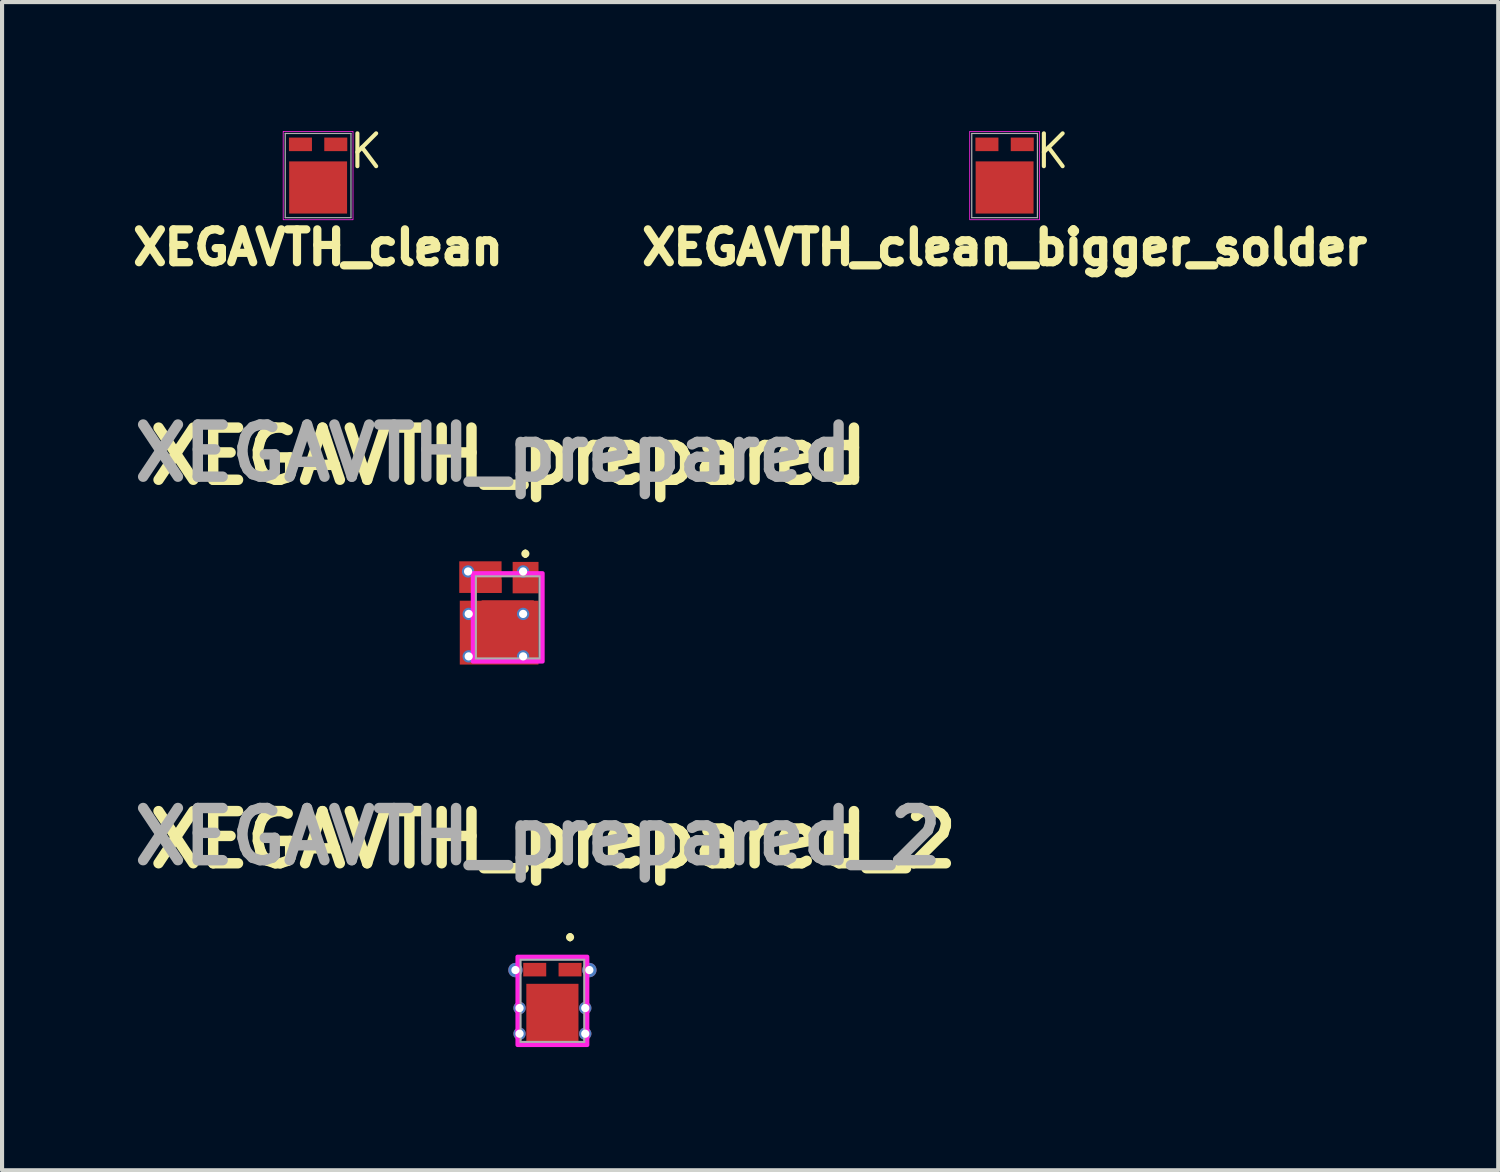
<source format=kicad_pcb>
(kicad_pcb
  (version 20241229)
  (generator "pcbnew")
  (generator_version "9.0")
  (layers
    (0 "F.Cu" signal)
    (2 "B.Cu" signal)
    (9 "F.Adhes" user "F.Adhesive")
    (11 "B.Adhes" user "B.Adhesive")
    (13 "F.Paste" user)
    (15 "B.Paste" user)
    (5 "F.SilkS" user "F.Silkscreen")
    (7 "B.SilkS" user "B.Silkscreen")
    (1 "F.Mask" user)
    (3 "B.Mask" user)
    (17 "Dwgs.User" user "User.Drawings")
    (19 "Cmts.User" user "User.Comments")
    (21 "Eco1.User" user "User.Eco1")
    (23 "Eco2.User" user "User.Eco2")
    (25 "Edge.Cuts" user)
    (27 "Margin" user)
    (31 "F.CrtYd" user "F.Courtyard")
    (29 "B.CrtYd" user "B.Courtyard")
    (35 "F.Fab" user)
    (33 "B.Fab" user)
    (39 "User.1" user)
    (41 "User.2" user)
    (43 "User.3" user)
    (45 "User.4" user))
  (footprint "XEGAVTH_prepared_2"
    (layer "F.Cu")
    (at 10.401 21.321)
    (property "Reference" "XEGAVTH_prepared_2" (at 0.025 -3.925 0) (layer "F.SilkS") (effects (font (size 1.27 1.27) (thickness 0.254))))
    (attr smd)
    (fp_line (start 0.43 -1.6) (end 0.43 -1.6) (stroke (width 0.1) (type solid)) (layer "F.SilkS"))
    (fp_line (start 0.43 -1.5) (end 0.43 -1.5) (stroke (width 0.1) (type solid)) (layer "F.SilkS"))
    (fp_arc (start 0.43 -1.6) (mid 0.48 -1.55) (end 0.43 -1.5) (stroke (width 0.1) (type solid)) (layer "F.SilkS"))
    (fp_arc (start 0.43 -1.5) (mid 0.38 -1.55) (end 0.43 -1.6) (stroke (width 0.1) (type solid)) (layer "F.SilkS"))
    (fp_rect (start -0.85 -1.075) (end 0.85 1.075) (stroke (width 0.1) (type default)) (fill no) (layer "F.CrtYd"))
    (fp_line (start -0.8 -1.025) (end -0.8 1.025) (stroke (width 0.1) (type solid)) (layer "F.Fab"))
    (fp_line (start -0.8 1.025) (end 0.8 1.025) (stroke (width 0.1) (type solid)) (layer "F.Fab"))
    (fp_line (start 0.8 -1.025) (end -0.8 -1.025) (stroke (width 0.1) (type solid)) (layer "F.Fab"))
    (fp_line (start 0.8 1.025) (end 0.8 -1.025) (stroke (width 0.1) (type solid)) (layer "F.Fab"))
    (fp_text user "${REFERENCE}" (at -0.35 -4 0) (layer "F.Fab") (effects (font (size 1.27 1.27) (thickness 0.254))))
    (pad "1" smd rect (at 0.43 -0.76 90) (size 0.33 0.56) (layers "F.Cu" "F.Mask" "F.Paste"))
    (pad "1" thru_hole circle (at 0.9 -0.75) (size 0.35 0.35) (drill 0.2) (layers "*.Cu" "*.Mask"))
    (pad "2" thru_hole circle (at -0.9 -0.75) (size 0.35 0.35) (drill 0.2) (layers "*.Cu" "*.Mask"))
    (pad "2" smd rect (at -0.43 -0.76 90) (size 0.33 0.56) (layers "F.Cu" "F.Mask" "F.Paste"))
    (pad "3" thru_hole circle (at -0.8 0.175) (size 0.3 0.3) (drill 0.2) (layers "*.Cu" "*.Mask"))
    (pad "3" thru_hole circle (at -0.8 0.8) (size 0.3 0.3) (drill 0.2) (layers "*.Cu" "*.Mask"))
    (pad "3" smd rect (at 0 0.29 180) (size 1.27 1.41) (layers "F.Cu" "F.Mask" "F.Paste"))
    (pad "3" thru_hole circle (at 0.8 0.175) (size 0.3 0.3) (drill 0.2) (layers "*.Cu" "*.Mask"))
    (pad "3" thru_hole circle (at 0.8 0.8) (size 0.3 0.3) (drill 0.2) (layers "*.Cu" "*.Mask")))
  (footprint "XEGAVTH_prepared"
    (layer "F.Cu")
    (at 9.313 11.983)
    (property "Reference" "XEGAVTH_prepared" (at 0.025 -3.925 0) (layer "F.SilkS") (effects (font (size 1.27 1.27) (thickness 0.254))))
    (attr smd)
    (fp_line (start 0.43 -1.6) (end 0.43 -1.6) (stroke (width 0.1) (type solid)) (layer "F.SilkS"))
    (fp_line (start 0.43 -1.5) (end 0.43 -1.5) (stroke (width 0.1) (type solid)) (layer "F.SilkS"))
    (fp_arc (start 0.43 -1.6) (mid 0.48 -1.55) (end 0.43 -1.5) (stroke (width 0.1) (type solid)) (layer "F.SilkS"))
    (fp_arc (start 0.43 -1.5) (mid 0.38 -1.55) (end 0.43 -1.6) (stroke (width 0.1) (type solid)) (layer "F.SilkS"))
    (fp_rect (start -0.85 -1.075) (end 0.85 1.075) (stroke (width 0.1) (type default)) (fill no) (layer "F.CrtYd"))
    (fp_line (start -0.8 -1.025) (end -0.8 1.025) (stroke (width 0.1) (type solid)) (layer "F.Fab"))
    (fp_line (start -0.8 1.025) (end 0.8 1.025) (stroke (width 0.1) (type solid)) (layer "F.Fab"))
    (fp_line (start 0.8 -1.025) (end -0.8 -1.025) (stroke (width 0.1) (type solid)) (layer "F.Fab"))
    (fp_line (start 0.8 1.025) (end 0.8 -1.025) (stroke (width 0.1) (type solid)) (layer "F.Fab"))
    (fp_text user "${REFERENCE}" (at -0.35 -4 0) (layer "F.Fab") (effects (font (size 1.27 1.27) (thickness 0.254))))
    (pad "1" thru_hole circle (at 0.375 -1.118) (size 0.3 0.3) (drill 0.2) (layers "*.Cu" "*.Mask"))
    (pad "1" smd rect (at 0.43 -0.76 90) (size 0.33 0.56) (layers "F.Cu" "F.Mask" "F.Paste"))
    (pad "1" smd rect (at 0.435 -0.968 90) (size 0.765 0.63) (layers "F.Cu"))
    (pad "2" thru_hole circle (at -0.965 -1.118) (size 0.3 0.3) (drill 0.2) (layers "*.Cu" "*.Mask"))
    (pad "2" smd rect (at -0.665 -0.98 90) (size 0.77 1.03) (layers "F.Cu"))
    (pad "2" smd rect (at -0.43 -0.76 90) (size 0.33 0.56) (layers "F.Cu" "F.Mask" "F.Paste"))
    (pad "3" thru_hole circle (at -0.95 -0.084) (size 0.3 0.3) (drill 0.2) (layers "*.Cu" "*.Mask"))
    (pad "3" thru_hole circle (at -0.95 0.95) (size 0.3 0.3) (drill 0.2) (layers "*.Cu" "*.Mask"))
    (pad "3" smd rect (at -0.209 0.372 180) (size 1.917 1.555) (layers "F.Cu"))
    (pad "3" smd rect (at 0 0.29 180) (size 1.27 1.41) (layers "F.Cu" "F.Mask" "F.Paste"))
    (pad "3" thru_hole circle (at 0.375 -0.084) (size 0.3 0.3) (drill 0.2) (layers "*.Cu" "*.Mask"))
    (pad "3" thru_hole circle (at 0.375 0.95) (size 0.3 0.3) (drill 0.2) (layers "*.Cu" "*.Mask")))
  (footprint "XEGAVTH_clean"
    (layer "F.Cu")
    (at 4.696 1.225)
    (property "Reference" "XEGAVTH_clean" (at 0 1.75 0) (layer "F.SilkS") (effects (font (size 0.8 0.8) (thickness 0.254))))
    (attr smd)
    (fp_rect (start -0.85 -1.075) (end 0.85 1.075) (stroke (width 0.02) (type default)) (fill no) (layer "F.CrtYd"))
    (fp_line (start -0.8 -1.025) (end -0.8 1.025) (stroke (width 0.03) (type solid)) (layer "F.Fab"))
    (fp_line (start -0.8 1.025) (end 0.8 1.025) (stroke (width 0.03) (type solid)) (layer "F.Fab"))
    (fp_line (start 0.8 -1.025) (end -0.8 -1.025) (stroke (width 0.03) (type solid)) (layer "F.Fab"))
    (fp_line (start 0.8 1.025) (end 0.8 -1.025) (stroke (width 0.03) (type solid)) (layer "F.Fab"))
    (fp_text user "K" (at 0.7 -0.125 0) (unlocked yes) (layer "F.SilkS") (effects (font (size 0.8 0.8) (thickness 0.1)) (justify left bottom)))
    (pad "1" smd rect (at 0.43 -0.76 90) (size 0.33 0.56) (layers "F.Cu" "F.Mask" "F.Paste"))
    (pad "2" smd rect (at -0.43 -0.76 90) (size 0.33 0.56) (layers "F.Cu" "F.Mask" "F.Paste"))
    (pad "3" smd rect (at 0 0.29 180) (size 1.41 1.27) (layers "F.Cu" "F.Mask" "F.Paste")))
  (footprint "XEGAVTH_clean_bigger_solder"
    (layer "F.Cu")
    (at 21.412 1.225)
    (property "Reference" "XEGAVTH_clean_bigger_solder" (at 0 1.75 0) (layer "F.SilkS") (effects (font (size 0.8 0.8) (thickness 0.2))))
    (attr smd)
    (fp_rect (start -0.85 -1.075) (end 0.85 1.075) (stroke (width 0.02) (type default)) (fill no) (layer "F.CrtYd"))
    (fp_line (start -0.8 -1.025) (end -0.8 1.025) (stroke (width 0.03) (type solid)) (layer "F.Fab"))
    (fp_line (start -0.8 1.025) (end 0.8 1.025) (stroke (width 0.03) (type solid)) (layer "F.Fab"))
    (fp_line (start 0.8 -1.025) (end -0.8 -1.025) (stroke (width 0.03) (type solid)) (layer "F.Fab"))
    (fp_line (start 0.8 1.025) (end 0.8 -1.025) (stroke (width 0.03) (type solid)) (layer "F.Fab"))
    (fp_text user "K" (at 0.7 -0.125 0) (unlocked yes) (layer "F.SilkS") (effects (font (size 0.8 0.8) (thickness 0.1)) (justify left bottom)))
    (pad "1" smd rect (at 0.43 -0.76 90) (size 0.33 0.56) (layers "F.Cu" "F.Mask" "F.Paste"))
    (pad "2" smd rect (at -0.43 -0.76 90) (size 0.33 0.56) (layers "F.Cu" "F.Mask" "F.Paste"))
    (pad "3" smd rect (at 0 0.29 180) (size 1.41 1.27) (layers "F.Cu" "F.Mask" "F.Paste")))
  (gr_rect
    (start -3 -3)
    (end 33.432 25.446)
    (stroke (width 0.1) (type default))
    (fill no)
    (layer "Edge.Cuts")))
</source>
